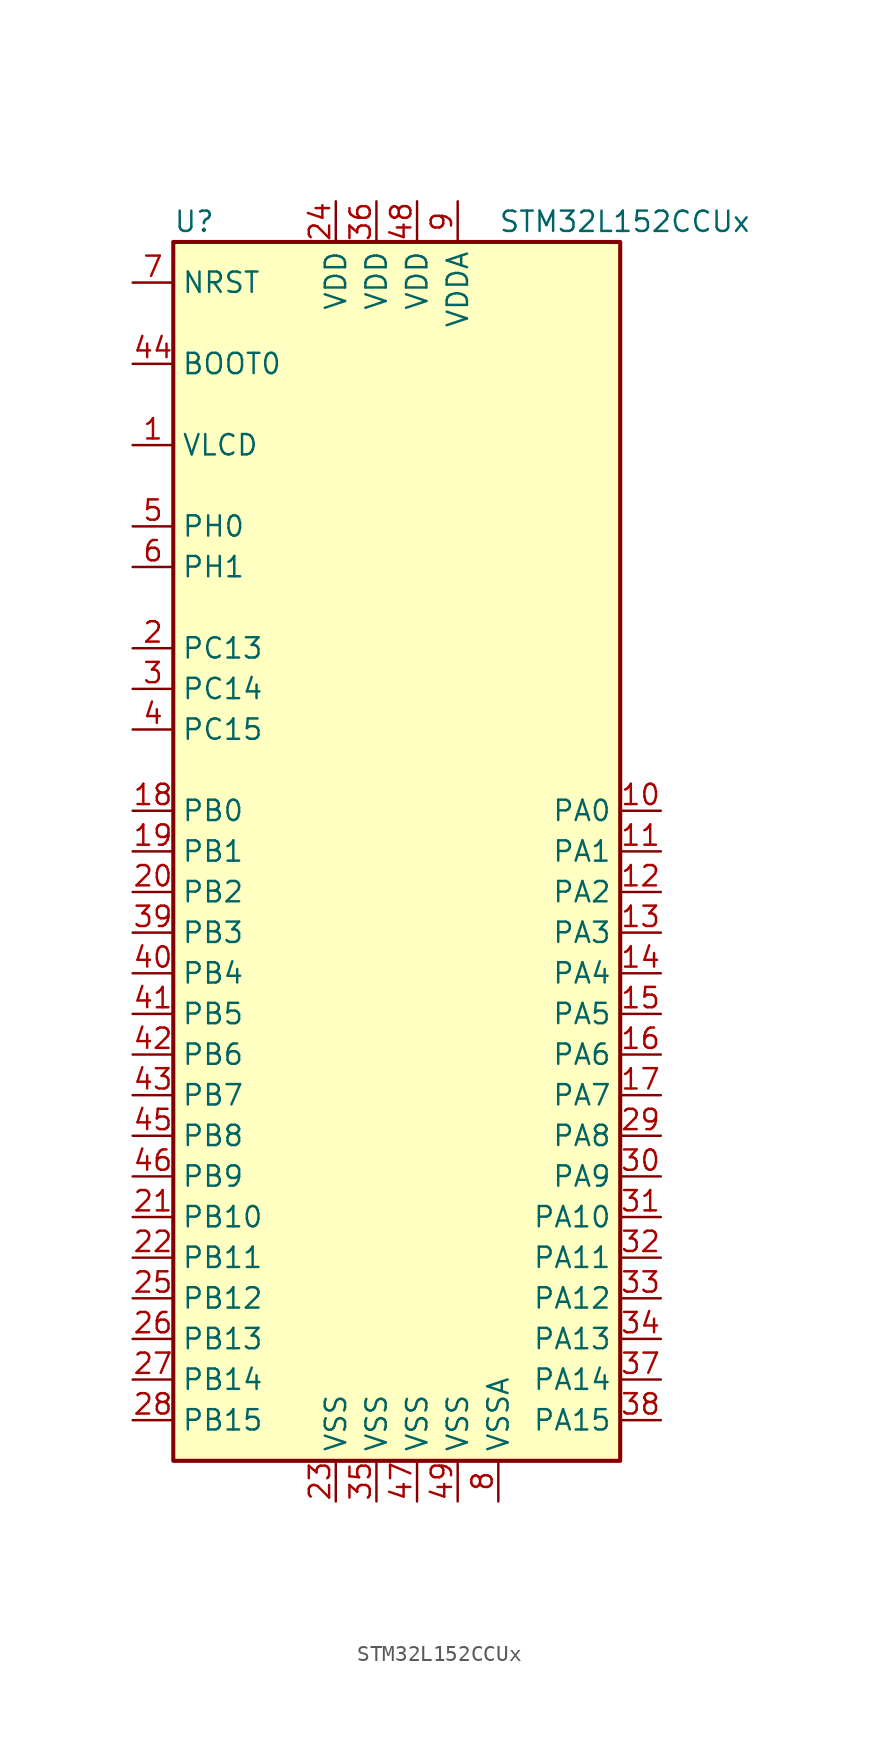
<source format=kicad_sym>
(kicad_symbol_lib
  (version 20211014)
  (generator kicad_symbol_editor)
  (symbol "STM32L152CCUx"
    (property "Reference" "U"
      (at -15.24 39.37 0)
      (effects (font (size 1.27 1.27)) (justify left)))
    (property "Value" "STM32L152CCUx"
      (at 5.08 39.37 0)
      (effects (font (size 1.27 1.27)) (justify left)))
    (symbol "STM32L152CCUx_0_1"
      (rectangle (start -15.24 -38.1) (end 12.7 38.1) (stroke (width 0.254) (type default) (color 0 0 0 0)) (fill (type background))))
    (symbol "STM32L152CCUx_1_1"
      (pin power_in line (at -17.78 25.4 0) (length 2.54) (name "VLCD" (effects (font (size 1.27 1.27)))) (number "1" (effects (font (size 1.27 1.27)))))
      (pin bidirectional line (at 15.24 2.54 180) (length 2.54) (name "PA0" (effects (font (size 1.27 1.27)))) (number "10" (effects (font (size 1.27 1.27)))))
      (pin bidirectional line (at 15.24 0 180) (length 2.54) (name "PA1" (effects (font (size 1.27 1.27)))) (number "11" (effects (font (size 1.27 1.27)))))
      (pin bidirectional line (at 15.24 -2.54 180) (length 2.54) (name "PA2" (effects (font (size 1.27 1.27)))) (number "12" (effects (font (size 1.27 1.27)))))
      (pin bidirectional line (at 15.24 -5.08 180) (length 2.54) (name "PA3" (effects (font (size 1.27 1.27)))) (number "13" (effects (font (size 1.27 1.27)))))
      (pin bidirectional line (at 15.24 -7.62 180) (length 2.54) (name "PA4" (effects (font (size 1.27 1.27)))) (number "14" (effects (font (size 1.27 1.27)))))
      (pin bidirectional line (at 15.24 -10.16 180) (length 2.54) (name "PA5" (effects (font (size 1.27 1.27)))) (number "15" (effects (font (size 1.27 1.27)))))
      (pin bidirectional line (at 15.24 -12.7 180) (length 2.54) (name "PA6" (effects (font (size 1.27 1.27)))) (number "16" (effects (font (size 1.27 1.27)))))
      (pin bidirectional line (at 15.24 -15.24 180) (length 2.54) (name "PA7" (effects (font (size 1.27 1.27)))) (number "17" (effects (font (size 1.27 1.27)))))
      (pin bidirectional line (at -17.78 2.54 0) (length 2.54) (name "PB0" (effects (font (size 1.27 1.27)))) (number "18" (effects (font (size 1.27 1.27)))))
      (pin bidirectional line (at -17.78 0 0) (length 2.54) (name "PB1" (effects (font (size 1.27 1.27)))) (number "19" (effects (font (size 1.27 1.27)))))
      (pin bidirectional line (at -17.78 12.7 0) (length 2.54) (name "PC13" (effects (font (size 1.27 1.27)))) (number "2" (effects (font (size 1.27 1.27)))))
      (pin bidirectional line (at -17.78 -2.54 0) (length 2.54) (name "PB2" (effects (font (size 1.27 1.27)))) (number "20" (effects (font (size 1.27 1.27)))))
      (pin bidirectional line (at -17.78 -22.86 0) (length 2.54) (name "PB10" (effects (font (size 1.27 1.27)))) (number "21" (effects (font (size 1.27 1.27)))))
      (pin bidirectional line (at -17.78 -25.4 0) (length 2.54) (name "PB11" (effects (font (size 1.27 1.27)))) (number "22" (effects (font (size 1.27 1.27)))))
      (pin power_in line (at -5.08 -40.64 90) (length 2.54) (name "VSS" (effects (font (size 1.27 1.27)))) (number "23" (effects (font (size 1.27 1.27)))))
      (pin power_in line (at -5.08 40.64 270) (length 2.54) (name "VDD" (effects (font (size 1.27 1.27)))) (number "24" (effects (font (size 1.27 1.27)))))
      (pin bidirectional line (at -17.78 -27.94 0) (length 2.54) (name "PB12" (effects (font (size 1.27 1.27)))) (number "25" (effects (font (size 1.27 1.27)))))
      (pin bidirectional line (at -17.78 -30.48 0) (length 2.54) (name "PB13" (effects (font (size 1.27 1.27)))) (number "26" (effects (font (size 1.27 1.27)))))
      (pin bidirectional line (at -17.78 -33.02 0) (length 2.54) (name "PB14" (effects (font (size 1.27 1.27)))) (number "27" (effects (font (size 1.27 1.27)))))
      (pin bidirectional line (at -17.78 -35.56 0) (length 2.54) (name "PB15" (effects (font (size 1.27 1.27)))) (number "28" (effects (font (size 1.27 1.27)))))
      (pin bidirectional line (at 15.24 -17.78 180) (length 2.54) (name "PA8" (effects (font (size 1.27 1.27)))) (number "29" (effects (font (size 1.27 1.27)))))
      (pin bidirectional line (at -17.78 10.16 0) (length 2.54) (name "PC14" (effects (font (size 1.27 1.27)))) (number "3" (effects (font (size 1.27 1.27)))))
      (pin bidirectional line (at 15.24 -20.32 180) (length 2.54) (name "PA9" (effects (font (size 1.27 1.27)))) (number "30" (effects (font (size 1.27 1.27)))))
      (pin bidirectional line (at 15.24 -22.86 180) (length 2.54) (name "PA10" (effects (font (size 1.27 1.27)))) (number "31" (effects (font (size 1.27 1.27)))))
      (pin bidirectional line (at 15.24 -25.4 180) (length 2.54) (name "PA11" (effects (font (size 1.27 1.27)))) (number "32" (effects (font (size 1.27 1.27)))))
      (pin bidirectional line (at 15.24 -27.94 180) (length 2.54) (name "PA12" (effects (font (size 1.27 1.27)))) (number "33" (effects (font (size 1.27 1.27)))))
      (pin bidirectional line (at 15.24 -30.48 180) (length 2.54) (name "PA13" (effects (font (size 1.27 1.27)))) (number "34" (effects (font (size 1.27 1.27)))))
      (pin power_in line (at -2.54 -40.64 90) (length 2.54) (name "VSS" (effects (font (size 1.27 1.27)))) (number "35" (effects (font (size 1.27 1.27)))))
      (pin power_in line (at -2.54 40.64 270) (length 2.54) (name "VDD" (effects (font (size 1.27 1.27)))) (number "36" (effects (font (size 1.27 1.27)))))
      (pin bidirectional line (at 15.24 -33.02 180) (length 2.54) (name "PA14" (effects (font (size 1.27 1.27)))) (number "37" (effects (font (size 1.27 1.27)))))
      (pin bidirectional line (at 15.24 -35.56 180) (length 2.54) (name "PA15" (effects (font (size 1.27 1.27)))) (number "38" (effects (font (size 1.27 1.27)))))
      (pin bidirectional line (at -17.78 -5.08 0) (length 2.54) (name "PB3" (effects (font (size 1.27 1.27)))) (number "39" (effects (font (size 1.27 1.27)))))
      (pin bidirectional line (at -17.78 7.62 0) (length 2.54) (name "PC15" (effects (font (size 1.27 1.27)))) (number "4" (effects (font (size 1.27 1.27)))))
      (pin bidirectional line (at -17.78 -7.62 0) (length 2.54) (name "PB4" (effects (font (size 1.27 1.27)))) (number "40" (effects (font (size 1.27 1.27)))))
      (pin bidirectional line (at -17.78 -10.16 0) (length 2.54) (name "PB5" (effects (font (size 1.27 1.27)))) (number "41" (effects (font (size 1.27 1.27)))))
      (pin bidirectional line (at -17.78 -12.7 0) (length 2.54) (name "PB6" (effects (font (size 1.27 1.27)))) (number "42" (effects (font (size 1.27 1.27)))))
      (pin bidirectional line (at -17.78 -15.24 0) (length 2.54) (name "PB7" (effects (font (size 1.27 1.27)))) (number "43" (effects (font (size 1.27 1.27)))))
      (pin input line (at -17.78 30.48 0) (length 2.54) (name "BOOT0" (effects (font (size 1.27 1.27)))) (number "44" (effects (font (size 1.27 1.27)))))
      (pin bidirectional line (at -17.78 -17.78 0) (length 2.54) (name "PB8" (effects (font (size 1.27 1.27)))) (number "45" (effects (font (size 1.27 1.27)))))
      (pin bidirectional line (at -17.78 -20.32 0) (length 2.54) (name "PB9" (effects (font (size 1.27 1.27)))) (number "46" (effects (font (size 1.27 1.27)))))
      (pin power_in line (at 0 -40.64 90) (length 2.54) (name "VSS" (effects (font (size 1.27 1.27)))) (number "47" (effects (font (size 1.27 1.27)))))
      (pin power_in line (at 0 40.64 270) (length 2.54) (name "VDD" (effects (font (size 1.27 1.27)))) (number "48" (effects (font (size 1.27 1.27)))))
      (pin power_in line (at 2.54 -40.64 90) (length 2.54) (name "VSS" (effects (font (size 1.27 1.27)))) (number "49" (effects (font (size 1.27 1.27)))))
      (pin input line (at -17.78 20.32 0) (length 2.54) (name "PH0" (effects (font (size 1.27 1.27)))) (number "5" (effects (font (size 1.27 1.27)))))
      (pin input line (at -17.78 17.78 0) (length 2.54) (name "PH1" (effects (font (size 1.27 1.27)))) (number "6" (effects (font (size 1.27 1.27)))))
      (pin input line (at -17.78 35.56 0) (length 2.54) (name "NRST" (effects (font (size 1.27 1.27)))) (number "7" (effects (font (size 1.27 1.27)))))
      (pin power_in line (at 5.08 -40.64 90) (length 2.54) (name "VSSA" (effects (font (size 1.27 1.27)))) (number "8" (effects (font (size 1.27 1.27)))))
      (pin power_in line (at 2.54 40.64 270) (length 2.54) (name "VDDA" (effects (font (size 1.27 1.27)))) (number "9" (effects (font (size 1.27 1.27))))))))
</source>
